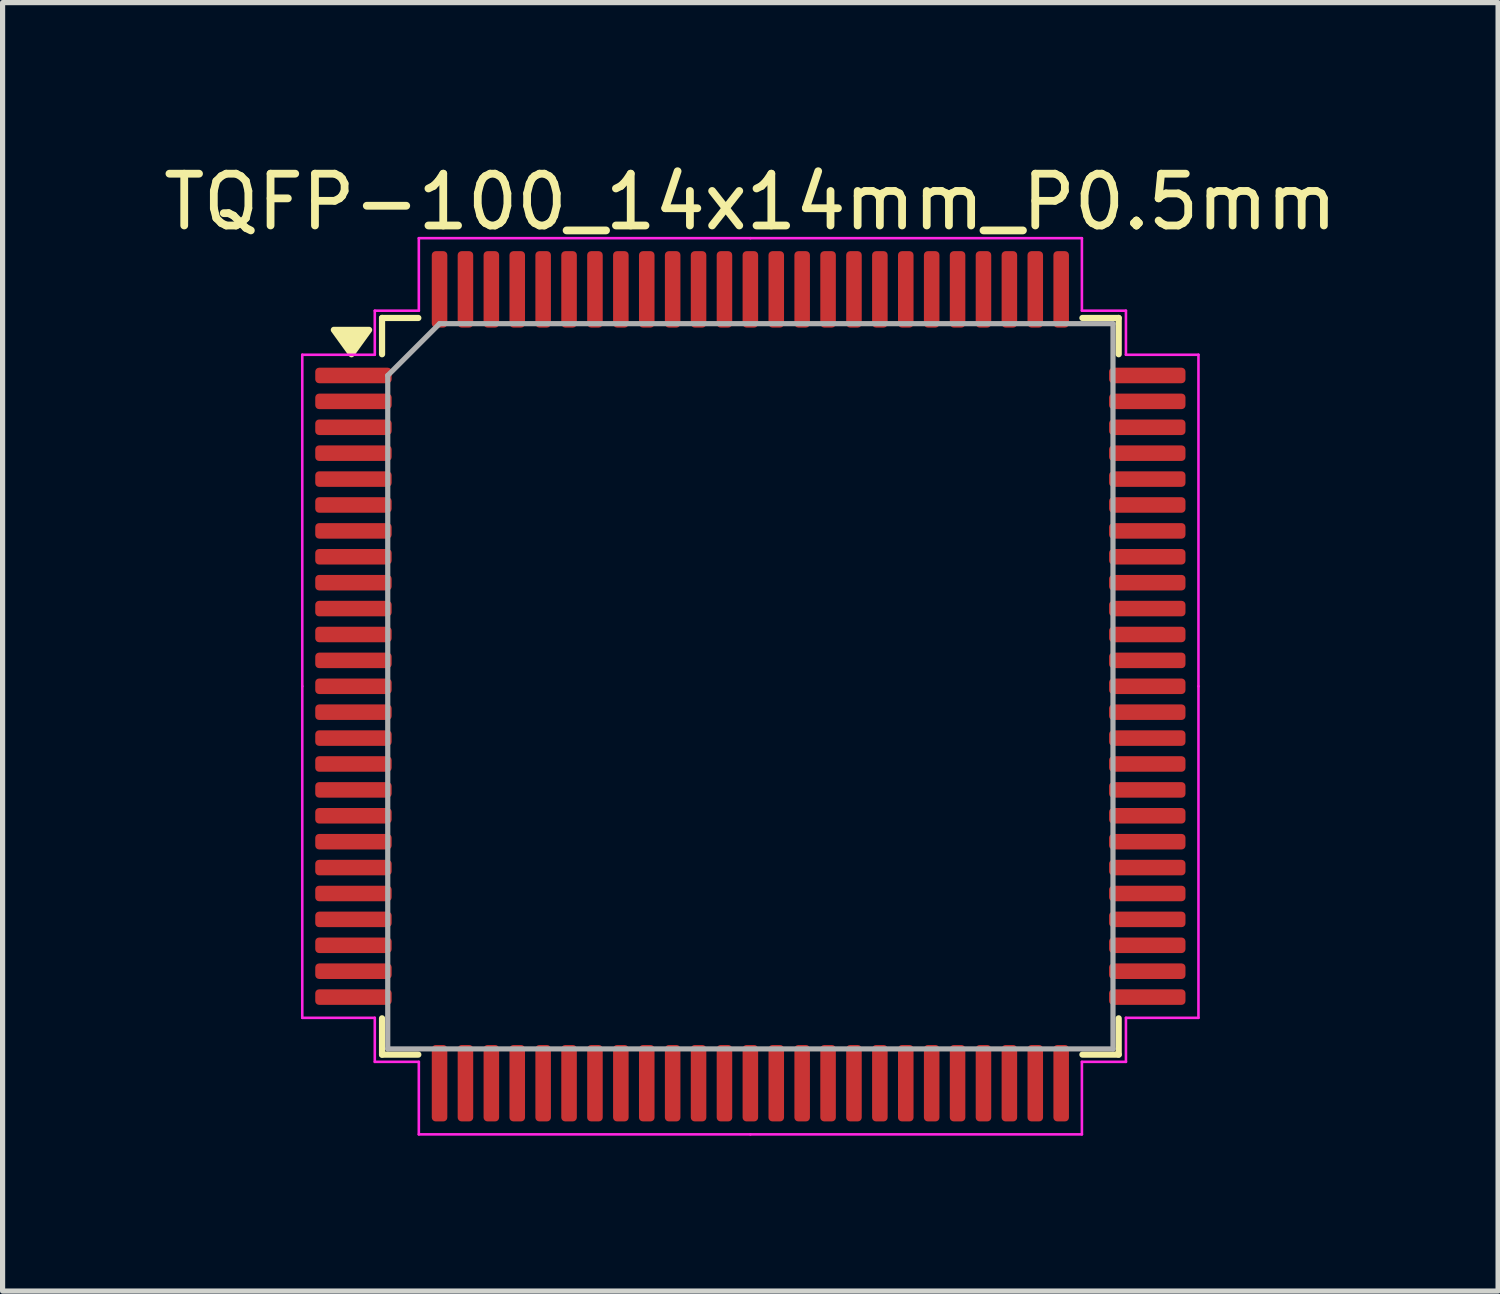
<source format=kicad_pcb>
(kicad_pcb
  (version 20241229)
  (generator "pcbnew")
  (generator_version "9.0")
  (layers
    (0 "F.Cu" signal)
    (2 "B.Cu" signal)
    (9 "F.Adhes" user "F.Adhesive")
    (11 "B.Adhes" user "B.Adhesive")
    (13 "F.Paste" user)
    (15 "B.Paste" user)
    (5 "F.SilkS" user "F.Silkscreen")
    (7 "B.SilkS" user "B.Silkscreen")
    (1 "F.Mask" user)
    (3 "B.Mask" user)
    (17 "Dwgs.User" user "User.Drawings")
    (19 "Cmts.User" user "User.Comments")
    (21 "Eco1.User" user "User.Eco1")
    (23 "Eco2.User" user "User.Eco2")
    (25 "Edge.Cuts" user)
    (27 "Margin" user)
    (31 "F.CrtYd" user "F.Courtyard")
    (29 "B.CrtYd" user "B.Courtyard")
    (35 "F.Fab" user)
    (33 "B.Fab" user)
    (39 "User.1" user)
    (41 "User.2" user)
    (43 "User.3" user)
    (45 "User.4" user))
  (footprint "TQFP-100_14x14mm_P0.5mm"
    (layer "F.Cu")
    (at 11.435 10.198)
    (property "Reference" "TQFP-100_14x14mm_P0.5mm" (at 0 -9.35 0) (layer "F.SilkS") (effects (font (size 1 1) (thickness 0.15))))
    (attr smd)
    (fp_line (start -7.11 -7.11) (end -7.11 -6.41) (stroke (width 0.12) (type solid)) (layer "F.SilkS"))
    (fp_line (start -7.11 7.11) (end -7.11 6.41) (stroke (width 0.12) (type solid)) (layer "F.SilkS"))
    (fp_line (start -6.41 -7.11) (end -7.11 -7.11) (stroke (width 0.12) (type solid)) (layer "F.SilkS"))
    (fp_line (start -6.41 7.11) (end -7.11 7.11) (stroke (width 0.12) (type solid)) (layer "F.SilkS"))
    (fp_line (start 6.41 -7.11) (end 7.11 -7.11) (stroke (width 0.12) (type solid)) (layer "F.SilkS"))
    (fp_line (start 6.41 7.11) (end 7.11 7.11) (stroke (width 0.12) (type solid)) (layer "F.SilkS"))
    (fp_line (start 7.11 -7.11) (end 7.11 -6.41) (stroke (width 0.12) (type solid)) (layer "F.SilkS"))
    (fp_line (start 7.11 7.11) (end 7.11 6.41) (stroke (width 0.12) (type solid)) (layer "F.SilkS"))
    (fp_poly (pts (xy -7.7 -6.41) (xy -8.04 -6.88) (xy -7.36 -6.88) (xy -7.7 -6.41)) (stroke (width 0.12) (type solid)) (fill yes) (layer "F.SilkS"))
    (fp_line (start -8.65 -6.4) (end -8.65 0) (stroke (width 0.05) (type solid)) (layer "F.CrtYd"))
    (fp_line (start -8.65 6.4) (end -8.65 0) (stroke (width 0.05) (type solid)) (layer "F.CrtYd"))
    (fp_line (start -7.25 -7.25) (end -7.25 -6.4) (stroke (width 0.05) (type solid)) (layer "F.CrtYd"))
    (fp_line (start -7.25 -6.4) (end -8.65 -6.4) (stroke (width 0.05) (type solid)) (layer "F.CrtYd"))
    (fp_line (start -7.25 6.4) (end -8.65 6.4) (stroke (width 0.05) (type solid)) (layer "F.CrtYd"))
    (fp_line (start -7.25 7.25) (end -7.25 6.4) (stroke (width 0.05) (type solid)) (layer "F.CrtYd"))
    (fp_line (start -6.4 -8.65) (end -6.4 -7.25) (stroke (width 0.05) (type solid)) (layer "F.CrtYd"))
    (fp_line (start -6.4 -7.25) (end -7.25 -7.25) (stroke (width 0.05) (type solid)) (layer "F.CrtYd"))
    (fp_line (start -6.4 7.25) (end -7.25 7.25) (stroke (width 0.05) (type solid)) (layer "F.CrtYd"))
    (fp_line (start -6.4 8.65) (end -6.4 7.25) (stroke (width 0.05) (type solid)) (layer "F.CrtYd"))
    (fp_line (start 0 -8.65) (end -6.4 -8.65) (stroke (width 0.05) (type solid)) (layer "F.CrtYd"))
    (fp_line (start 0 -8.65) (end 6.4 -8.65) (stroke (width 0.05) (type solid)) (layer "F.CrtYd"))
    (fp_line (start 0 8.65) (end -6.4 8.65) (stroke (width 0.05) (type solid)) (layer "F.CrtYd"))
    (fp_line (start 0 8.65) (end 6.4 8.65) (stroke (width 0.05) (type solid)) (layer "F.CrtYd"))
    (fp_line (start 6.4 -8.65) (end 6.4 -7.25) (stroke (width 0.05) (type solid)) (layer "F.CrtYd"))
    (fp_line (start 6.4 -7.25) (end 7.25 -7.25) (stroke (width 0.05) (type solid)) (layer "F.CrtYd"))
    (fp_line (start 6.4 7.25) (end 7.25 7.25) (stroke (width 0.05) (type solid)) (layer "F.CrtYd"))
    (fp_line (start 6.4 8.65) (end 6.4 7.25) (stroke (width 0.05) (type solid)) (layer "F.CrtYd"))
    (fp_line (start 7.25 -7.25) (end 7.25 -6.4) (stroke (width 0.05) (type solid)) (layer "F.CrtYd"))
    (fp_line (start 7.25 -6.4) (end 8.65 -6.4) (stroke (width 0.05) (type solid)) (layer "F.CrtYd"))
    (fp_line (start 7.25 6.4) (end 8.65 6.4) (stroke (width 0.05) (type solid)) (layer "F.CrtYd"))
    (fp_line (start 7.25 7.25) (end 7.25 6.4) (stroke (width 0.05) (type solid)) (layer "F.CrtYd"))
    (fp_line (start 8.65 -6.4) (end 8.65 0) (stroke (width 0.05) (type solid)) (layer "F.CrtYd"))
    (fp_line (start 8.65 6.4) (end 8.65 0) (stroke (width 0.05) (type solid)) (layer "F.CrtYd"))
    (fp_line (start -7 -6) (end -6 -7) (stroke (width 0.1) (type solid)) (layer "F.Fab"))
    (fp_line (start -7 7) (end -7 -6) (stroke (width 0.1) (type solid)) (layer "F.Fab"))
    (fp_line (start -6 -7) (end 7 -7) (stroke (width 0.1) (type solid)) (layer "F.Fab"))
    (fp_line (start 7 -7) (end 7 7) (stroke (width 0.1) (type solid)) (layer "F.Fab"))
    (fp_line (start 7 7) (end -7 7) (stroke (width 0.1) (type solid)) (layer "F.Fab"))
    (pad "1" smd roundrect (at -7.662 -6) (size 1.475 0.3) (layers "F.Cu" "F.Mask" "F.Paste") (roundrect_rratio 0.25))
    (pad "2" smd roundrect (at -7.662 -5.5) (size 1.475 0.3) (layers "F.Cu" "F.Mask" "F.Paste") (roundrect_rratio 0.25))
    (pad "3" smd roundrect (at -7.662 -5) (size 1.475 0.3) (layers "F.Cu" "F.Mask" "F.Paste") (roundrect_rratio 0.25))
    (pad "4" smd roundrect (at -7.662 -4.5) (size 1.475 0.3) (layers "F.Cu" "F.Mask" "F.Paste") (roundrect_rratio 0.25))
    (pad "5" smd roundrect (at -7.662 -4) (size 1.475 0.3) (layers "F.Cu" "F.Mask" "F.Paste") (roundrect_rratio 0.25))
    (pad "6" smd roundrect (at -7.662 -3.5) (size 1.475 0.3) (layers "F.Cu" "F.Mask" "F.Paste") (roundrect_rratio 0.25))
    (pad "7" smd roundrect (at -7.662 -3) (size 1.475 0.3) (layers "F.Cu" "F.Mask" "F.Paste") (roundrect_rratio 0.25))
    (pad "8" smd roundrect (at -7.662 -2.5) (size 1.475 0.3) (layers "F.Cu" "F.Mask" "F.Paste") (roundrect_rratio 0.25))
    (pad "9" smd roundrect (at -7.662 -2) (size 1.475 0.3) (layers "F.Cu" "F.Mask" "F.Paste") (roundrect_rratio 0.25))
    (pad "10" smd roundrect (at -7.662 -1.5) (size 1.475 0.3) (layers "F.Cu" "F.Mask" "F.Paste") (roundrect_rratio 0.25))
    (pad "11" smd roundrect (at -7.662 -1) (size 1.475 0.3) (layers "F.Cu" "F.Mask" "F.Paste") (roundrect_rratio 0.25))
    (pad "12" smd roundrect (at -7.662 -0.5) (size 1.475 0.3) (layers "F.Cu" "F.Mask" "F.Paste") (roundrect_rratio 0.25))
    (pad "13" smd roundrect (at -7.662 0) (size 1.475 0.3) (layers "F.Cu" "F.Mask" "F.Paste") (roundrect_rratio 0.25))
    (pad "14" smd roundrect (at -7.662 0.5) (size 1.475 0.3) (layers "F.Cu" "F.Mask" "F.Paste") (roundrect_rratio 0.25))
    (pad "15" smd roundrect (at -7.662 1) (size 1.475 0.3) (layers "F.Cu" "F.Mask" "F.Paste") (roundrect_rratio 0.25))
    (pad "16" smd roundrect (at -7.662 1.5) (size 1.475 0.3) (layers "F.Cu" "F.Mask" "F.Paste") (roundrect_rratio 0.25))
    (pad "17" smd roundrect (at -7.662 2) (size 1.475 0.3) (layers "F.Cu" "F.Mask" "F.Paste") (roundrect_rratio 0.25))
    (pad "18" smd roundrect (at -7.662 2.5) (size 1.475 0.3) (layers "F.Cu" "F.Mask" "F.Paste") (roundrect_rratio 0.25))
    (pad "19" smd roundrect (at -7.662 3) (size 1.475 0.3) (layers "F.Cu" "F.Mask" "F.Paste") (roundrect_rratio 0.25))
    (pad "20" smd roundrect (at -7.662 3.5) (size 1.475 0.3) (layers "F.Cu" "F.Mask" "F.Paste") (roundrect_rratio 0.25))
    (pad "21" smd roundrect (at -7.662 4) (size 1.475 0.3) (layers "F.Cu" "F.Mask" "F.Paste") (roundrect_rratio 0.25))
    (pad "22" smd roundrect (at -7.662 4.5) (size 1.475 0.3) (layers "F.Cu" "F.Mask" "F.Paste") (roundrect_rratio 0.25))
    (pad "23" smd roundrect (at -7.662 5) (size 1.475 0.3) (layers "F.Cu" "F.Mask" "F.Paste") (roundrect_rratio 0.25))
    (pad "24" smd roundrect (at -7.662 5.5) (size 1.475 0.3) (layers "F.Cu" "F.Mask" "F.Paste") (roundrect_rratio 0.25))
    (pad "25" smd roundrect (at -7.662 6) (size 1.475 0.3) (layers "F.Cu" "F.Mask" "F.Paste") (roundrect_rratio 0.25))
    (pad "26" smd roundrect (at -6 7.662) (size 0.3 1.475) (layers "F.Cu" "F.Mask" "F.Paste") (roundrect_rratio 0.25))
    (pad "27" smd roundrect (at -5.5 7.662) (size 0.3 1.475) (layers "F.Cu" "F.Mask" "F.Paste") (roundrect_rratio 0.25))
    (pad "28" smd roundrect (at -5 7.662) (size 0.3 1.475) (layers "F.Cu" "F.Mask" "F.Paste") (roundrect_rratio 0.25))
    (pad "29" smd roundrect (at -4.5 7.662) (size 0.3 1.475) (layers "F.Cu" "F.Mask" "F.Paste") (roundrect_rratio 0.25))
    (pad "30" smd roundrect (at -4 7.662) (size 0.3 1.475) (layers "F.Cu" "F.Mask" "F.Paste") (roundrect_rratio 0.25))
    (pad "31" smd roundrect (at -3.5 7.662) (size 0.3 1.475) (layers "F.Cu" "F.Mask" "F.Paste") (roundrect_rratio 0.25))
    (pad "32" smd roundrect (at -3 7.662) (size 0.3 1.475) (layers "F.Cu" "F.Mask" "F.Paste") (roundrect_rratio 0.25))
    (pad "33" smd roundrect (at -2.5 7.662) (size 0.3 1.475) (layers "F.Cu" "F.Mask" "F.Paste") (roundrect_rratio 0.25))
    (pad "34" smd roundrect (at -2 7.662) (size 0.3 1.475) (layers "F.Cu" "F.Mask" "F.Paste") (roundrect_rratio 0.25))
    (pad "35" smd roundrect (at -1.5 7.662) (size 0.3 1.475) (layers "F.Cu" "F.Mask" "F.Paste") (roundrect_rratio 0.25))
    (pad "36" smd roundrect (at -1 7.662) (size 0.3 1.475) (layers "F.Cu" "F.Mask" "F.Paste") (roundrect_rratio 0.25))
    (pad "37" smd roundrect (at -0.5 7.662) (size 0.3 1.475) (layers "F.Cu" "F.Mask" "F.Paste") (roundrect_rratio 0.25))
    (pad "38" smd roundrect (at 0 7.662) (size 0.3 1.475) (layers "F.Cu" "F.Mask" "F.Paste") (roundrect_rratio 0.25))
    (pad "39" smd roundrect (at 0.5 7.662) (size 0.3 1.475) (layers "F.Cu" "F.Mask" "F.Paste") (roundrect_rratio 0.25))
    (pad "40" smd roundrect (at 1 7.662) (size 0.3 1.475) (layers "F.Cu" "F.Mask" "F.Paste") (roundrect_rratio 0.25))
    (pad "41" smd roundrect (at 1.5 7.662) (size 0.3 1.475) (layers "F.Cu" "F.Mask" "F.Paste") (roundrect_rratio 0.25))
    (pad "42" smd roundrect (at 2 7.662) (size 0.3 1.475) (layers "F.Cu" "F.Mask" "F.Paste") (roundrect_rratio 0.25))
    (pad "43" smd roundrect (at 2.5 7.662) (size 0.3 1.475) (layers "F.Cu" "F.Mask" "F.Paste") (roundrect_rratio 0.25))
    (pad "44" smd roundrect (at 3 7.662) (size 0.3 1.475) (layers "F.Cu" "F.Mask" "F.Paste") (roundrect_rratio 0.25))
    (pad "45" smd roundrect (at 3.5 7.662) (size 0.3 1.475) (layers "F.Cu" "F.Mask" "F.Paste") (roundrect_rratio 0.25))
    (pad "46" smd roundrect (at 4 7.662) (size 0.3 1.475) (layers "F.Cu" "F.Mask" "F.Paste") (roundrect_rratio 0.25))
    (pad "47" smd roundrect (at 4.5 7.662) (size 0.3 1.475) (layers "F.Cu" "F.Mask" "F.Paste") (roundrect_rratio 0.25))
    (pad "48" smd roundrect (at 5 7.662) (size 0.3 1.475) (layers "F.Cu" "F.Mask" "F.Paste") (roundrect_rratio 0.25))
    (pad "49" smd roundrect (at 5.5 7.662) (size 0.3 1.475) (layers "F.Cu" "F.Mask" "F.Paste") (roundrect_rratio 0.25))
    (pad "50" smd roundrect (at 6 7.662) (size 0.3 1.475) (layers "F.Cu" "F.Mask" "F.Paste") (roundrect_rratio 0.25))
    (pad "51" smd roundrect (at 7.662 6) (size 1.475 0.3) (layers "F.Cu" "F.Mask" "F.Paste") (roundrect_rratio 0.25))
    (pad "52" smd roundrect (at 7.662 5.5) (size 1.475 0.3) (layers "F.Cu" "F.Mask" "F.Paste") (roundrect_rratio 0.25))
    (pad "53" smd roundrect (at 7.662 5) (size 1.475 0.3) (layers "F.Cu" "F.Mask" "F.Paste") (roundrect_rratio 0.25))
    (pad "54" smd roundrect (at 7.662 4.5) (size 1.475 0.3) (layers "F.Cu" "F.Mask" "F.Paste") (roundrect_rratio 0.25))
    (pad "55" smd roundrect (at 7.662 4) (size 1.475 0.3) (layers "F.Cu" "F.Mask" "F.Paste") (roundrect_rratio 0.25))
    (pad "56" smd roundrect (at 7.662 3.5) (size 1.475 0.3) (layers "F.Cu" "F.Mask" "F.Paste") (roundrect_rratio 0.25))
    (pad "57" smd roundrect (at 7.662 3) (size 1.475 0.3) (layers "F.Cu" "F.Mask" "F.Paste") (roundrect_rratio 0.25))
    (pad "58" smd roundrect (at 7.662 2.5) (size 1.475 0.3) (layers "F.Cu" "F.Mask" "F.Paste") (roundrect_rratio 0.25))
    (pad "59" smd roundrect (at 7.662 2) (size 1.475 0.3) (layers "F.Cu" "F.Mask" "F.Paste") (roundrect_rratio 0.25))
    (pad "60" smd roundrect (at 7.662 1.5) (size 1.475 0.3) (layers "F.Cu" "F.Mask" "F.Paste") (roundrect_rratio 0.25))
    (pad "61" smd roundrect (at 7.662 1) (size 1.475 0.3) (layers "F.Cu" "F.Mask" "F.Paste") (roundrect_rratio 0.25))
    (pad "62" smd roundrect (at 7.662 0.5) (size 1.475 0.3) (layers "F.Cu" "F.Mask" "F.Paste") (roundrect_rratio 0.25))
    (pad "63" smd roundrect (at 7.662 0) (size 1.475 0.3) (layers "F.Cu" "F.Mask" "F.Paste") (roundrect_rratio 0.25))
    (pad "64" smd roundrect (at 7.662 -0.5) (size 1.475 0.3) (layers "F.Cu" "F.Mask" "F.Paste") (roundrect_rratio 0.25))
    (pad "65" smd roundrect (at 7.662 -1) (size 1.475 0.3) (layers "F.Cu" "F.Mask" "F.Paste") (roundrect_rratio 0.25))
    (pad "66" smd roundrect (at 7.662 -1.5) (size 1.475 0.3) (layers "F.Cu" "F.Mask" "F.Paste") (roundrect_rratio 0.25))
    (pad "67" smd roundrect (at 7.662 -2) (size 1.475 0.3) (layers "F.Cu" "F.Mask" "F.Paste") (roundrect_rratio 0.25))
    (pad "68" smd roundrect (at 7.662 -2.5) (size 1.475 0.3) (layers "F.Cu" "F.Mask" "F.Paste") (roundrect_rratio 0.25))
    (pad "69" smd roundrect (at 7.662 -3) (size 1.475 0.3) (layers "F.Cu" "F.Mask" "F.Paste") (roundrect_rratio 0.25))
    (pad "70" smd roundrect (at 7.662 -3.5) (size 1.475 0.3) (layers "F.Cu" "F.Mask" "F.Paste") (roundrect_rratio 0.25))
    (pad "71" smd roundrect (at 7.662 -4) (size 1.475 0.3) (layers "F.Cu" "F.Mask" "F.Paste") (roundrect_rratio 0.25))
    (pad "72" smd roundrect (at 7.662 -4.5) (size 1.475 0.3) (layers "F.Cu" "F.Mask" "F.Paste") (roundrect_rratio 0.25))
    (pad "73" smd roundrect (at 7.662 -5) (size 1.475 0.3) (layers "F.Cu" "F.Mask" "F.Paste") (roundrect_rratio 0.25))
    (pad "74" smd roundrect (at 7.662 -5.5) (size 1.475 0.3) (layers "F.Cu" "F.Mask" "F.Paste") (roundrect_rratio 0.25))
    (pad "75" smd roundrect (at 7.662 -6) (size 1.475 0.3) (layers "F.Cu" "F.Mask" "F.Paste") (roundrect_rratio 0.25))
    (pad "76" smd roundrect (at 6 -7.662) (size 0.3 1.475) (layers "F.Cu" "F.Mask" "F.Paste") (roundrect_rratio 0.25))
    (pad "77" smd roundrect (at 5.5 -7.662) (size 0.3 1.475) (layers "F.Cu" "F.Mask" "F.Paste") (roundrect_rratio 0.25))
    (pad "78" smd roundrect (at 5 -7.662) (size 0.3 1.475) (layers "F.Cu" "F.Mask" "F.Paste") (roundrect_rratio 0.25))
    (pad "79" smd roundrect (at 4.5 -7.662) (size 0.3 1.475) (layers "F.Cu" "F.Mask" "F.Paste") (roundrect_rratio 0.25))
    (pad "80" smd roundrect (at 4 -7.662) (size 0.3 1.475) (layers "F.Cu" "F.Mask" "F.Paste") (roundrect_rratio 0.25))
    (pad "81" smd roundrect (at 3.5 -7.662) (size 0.3 1.475) (layers "F.Cu" "F.Mask" "F.Paste") (roundrect_rratio 0.25))
    (pad "82" smd roundrect (at 3 -7.662) (size 0.3 1.475) (layers "F.Cu" "F.Mask" "F.Paste") (roundrect_rratio 0.25))
    (pad "83" smd roundrect (at 2.5 -7.662) (size 0.3 1.475) (layers "F.Cu" "F.Mask" "F.Paste") (roundrect_rratio 0.25))
    (pad "84" smd roundrect (at 2 -7.662) (size 0.3 1.475) (layers "F.Cu" "F.Mask" "F.Paste") (roundrect_rratio 0.25))
    (pad "85" smd roundrect (at 1.5 -7.662) (size 0.3 1.475) (layers "F.Cu" "F.Mask" "F.Paste") (roundrect_rratio 0.25))
    (pad "86" smd roundrect (at 1 -7.662) (size 0.3 1.475) (layers "F.Cu" "F.Mask" "F.Paste") (roundrect_rratio 0.25))
    (pad "87" smd roundrect (at 0.5 -7.662) (size 0.3 1.475) (layers "F.Cu" "F.Mask" "F.Paste") (roundrect_rratio 0.25))
    (pad "88" smd roundrect (at 0 -7.662) (size 0.3 1.475) (layers "F.Cu" "F.Mask" "F.Paste") (roundrect_rratio 0.25))
    (pad "89" smd roundrect (at -0.5 -7.662) (size 0.3 1.475) (layers "F.Cu" "F.Mask" "F.Paste") (roundrect_rratio 0.25))
    (pad "90" smd roundrect (at -1 -7.662) (size 0.3 1.475) (layers "F.Cu" "F.Mask" "F.Paste") (roundrect_rratio 0.25))
    (pad "91" smd roundrect (at -1.5 -7.662) (size 0.3 1.475) (layers "F.Cu" "F.Mask" "F.Paste") (roundrect_rratio 0.25))
    (pad "92" smd roundrect (at -2 -7.662) (size 0.3 1.475) (layers "F.Cu" "F.Mask" "F.Paste") (roundrect_rratio 0.25))
    (pad "93" smd roundrect (at -2.5 -7.662) (size 0.3 1.475) (layers "F.Cu" "F.Mask" "F.Paste") (roundrect_rratio 0.25))
    (pad "94" smd roundrect (at -3 -7.662) (size 0.3 1.475) (layers "F.Cu" "F.Mask" "F.Paste") (roundrect_rratio 0.25))
    (pad "95" smd roundrect (at -3.5 -7.662) (size 0.3 1.475) (layers "F.Cu" "F.Mask" "F.Paste") (roundrect_rratio 0.25))
    (pad "96" smd roundrect (at -4 -7.662) (size 0.3 1.475) (layers "F.Cu" "F.Mask" "F.Paste") (roundrect_rratio 0.25))
    (pad "97" smd roundrect (at -4.5 -7.662) (size 0.3 1.475) (layers "F.Cu" "F.Mask" "F.Paste") (roundrect_rratio 0.25))
    (pad "98" smd roundrect (at -5 -7.662) (size 0.3 1.475) (layers "F.Cu" "F.Mask" "F.Paste") (roundrect_rratio 0.25))
    (pad "99" smd roundrect (at -5.5 -7.662) (size 0.3 1.475) (layers "F.Cu" "F.Mask" "F.Paste") (roundrect_rratio 0.25))
    (pad "100" smd roundrect (at -6 -7.662) (size 0.3 1.475) (layers "F.Cu" "F.Mask" "F.Paste") (roundrect_rratio 0.25)))
  (gr_rect
    (start -3 -3)
    (end 25.869 21.873)
    (stroke (width 0.1) (type default))
    (fill no)
    (layer "Edge.Cuts")))
</source>
